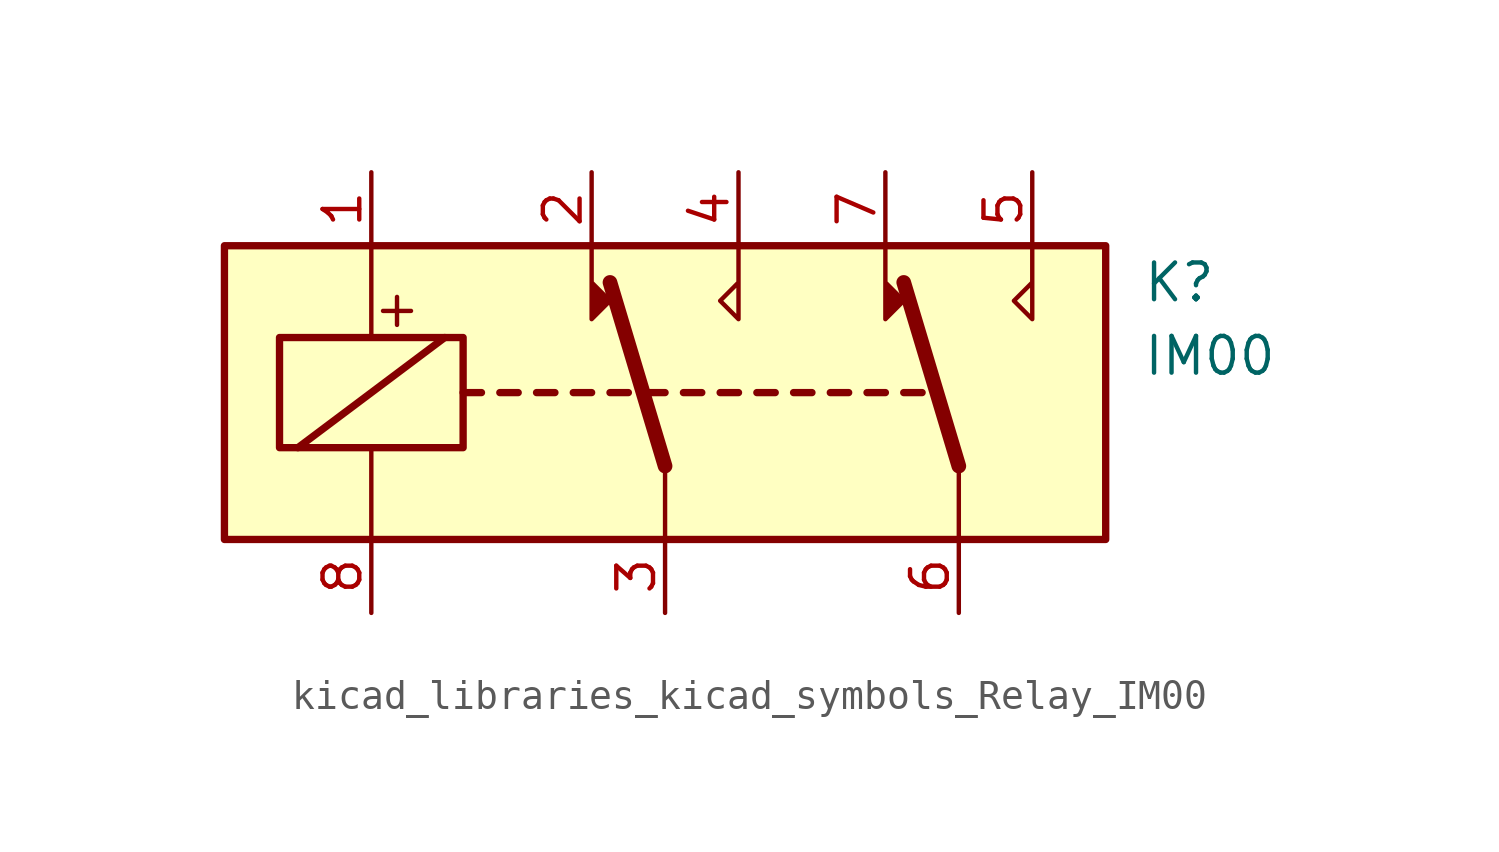
<source format=kicad_sym>
(kicad_symbol_lib
  (version 20220914)
  (generator kicad_symbol_editor)
  (symbol "kicad_libraries_kicad_symbols_Relay_IM00"
    (property "Reference" "K"
      (at 16.51 3.81 0)
      (effects (font (size 1.27 1.27)) (justify left)))
    (property "Value" "IM00"
      (at 16.51 1.27 0)
      (effects (font (size 1.27 1.27)) (justify left)))
    (symbol "kicad_libraries_kicad_symbols_Relay_IM00_0_0"
      (text "+" (at -9.271 2.921 0) (effects (font (size 1.27 1.27)))))
    (symbol "kicad_libraries_kicad_symbols_Relay_IM00_0_1"
      (rectangle (start -15.24 5.08) (end 15.24 -5.08) (stroke (width 0.254) (type default)) (fill (type background)))
      (rectangle (start -13.335 1.905) (end -6.985 -1.905) (stroke (width 0.254) (type default)) (fill (type none)))
      (polyline (pts (xy -12.7 -1.905) (xy -7.62 1.905)) (stroke (width 0.254) (type default)) (fill (type none)))
      (polyline (pts (xy -10.16 -5.08) (xy -10.16 -1.905)) (stroke (width 0) (type default)) (fill (type none)))
      (polyline (pts (xy -10.16 5.08) (xy -10.16 1.905)) (stroke (width 0) (type default)) (fill (type none)))
      (polyline (pts (xy -6.985 0) (xy -6.35 0)) (stroke (width 0.254) (type default)) (fill (type none)))
      (polyline (pts (xy -5.715 0) (xy -5.08 0)) (stroke (width 0.254) (type default)) (fill (type none)))
      (polyline (pts (xy -4.445 0) (xy -3.81 0)) (stroke (width 0.254) (type default)) (fill (type none)))
      (polyline (pts (xy -3.175 0) (xy -2.54 0)) (stroke (width 0.254) (type default)) (fill (type none)))
      (polyline (pts (xy -1.905 0) (xy -1.27 0)) (stroke (width 0.254) (type default)) (fill (type none)))
      (polyline (pts (xy -0.635 0) (xy 0 0)) (stroke (width 0.254) (type default)) (fill (type none)))
      (polyline (pts (xy 0 -2.54) (xy -1.905 3.81)) (stroke (width 0.508) (type default)) (fill (type none)))
      (polyline (pts (xy 0 -2.54) (xy 0 -5.08)) (stroke (width 0) (type default)) (fill (type none)))
      (polyline (pts (xy 0.635 0) (xy 1.27 0)) (stroke (width 0.254) (type default)) (fill (type none)))
      (polyline (pts (xy 1.905 0) (xy 2.54 0)) (stroke (width 0.254) (type default)) (fill (type none)))
      (polyline (pts (xy 3.175 0) (xy 3.81 0)) (stroke (width 0.254) (type default)) (fill (type none)))
      (polyline (pts (xy 4.445 0) (xy 5.08 0)) (stroke (width 0.254) (type default)) (fill (type none)))
      (polyline (pts (xy 5.715 0) (xy 6.35 0)) (stroke (width 0.254) (type default)) (fill (type none)))
      (polyline (pts (xy 6.985 0) (xy 7.62 0)) (stroke (width 0.254) (type default)) (fill (type none)))
      (polyline (pts (xy 8.255 0) (xy 8.89 0)) (stroke (width 0.254) (type default)) (fill (type none)))
      (polyline (pts (xy 10.16 -2.54) (xy 8.255 3.81)) (stroke (width 0.508) (type default)) (fill (type none)))
      (polyline (pts (xy 10.16 -2.54) (xy 10.16 -5.08)) (stroke (width 0) (type default)) (fill (type none)))
      (polyline (pts (xy -2.54 5.08) (xy -2.54 2.54) (xy -1.905 3.175) (xy -2.54 3.81)) (stroke (width 0) (type default)) (fill (type outline)))
      (polyline (pts (xy 2.54 5.08) (xy 2.54 2.54) (xy 1.905 3.175) (xy 2.54 3.81)) (stroke (width 0) (type default)) (fill (type none)))
      (polyline (pts (xy 7.62 5.08) (xy 7.62 2.54) (xy 8.255 3.175) (xy 7.62 3.81)) (stroke (width 0) (type default)) (fill (type outline)))
      (polyline (pts (xy 12.7 5.08) (xy 12.7 2.54) (xy 12.065 3.175) (xy 12.7 3.81)) (stroke (width 0) (type default)) (fill (type none))))
    (symbol "kicad_libraries_kicad_symbols_Relay_IM00_1_1"
      (pin passive line (at -10.16 7.62 270) (length 2.54) (name "~" (effects (font (size 1.27 1.27)))) (number "1" (effects (font (size 1.27 1.27)))))
      (pin passive line (at -2.54 7.62 270) (length 2.54) (name "~" (effects (font (size 1.27 1.27)))) (number "2" (effects (font (size 1.27 1.27)))))
      (pin passive line (at 0 -7.62 90) (length 2.54) (name "~" (effects (font (size 1.27 1.27)))) (number "3" (effects (font (size 1.27 1.27)))))
      (pin passive line (at 2.54 7.62 270) (length 2.54) (name "~" (effects (font (size 1.27 1.27)))) (number "4" (effects (font (size 1.27 1.27)))))
      (pin passive line (at 12.7 7.62 270) (length 2.54) (name "~" (effects (font (size 1.27 1.27)))) (number "5" (effects (font (size 1.27 1.27)))))
      (pin passive line (at 10.16 -7.62 90) (length 2.54) (name "~" (effects (font (size 1.27 1.27)))) (number "6" (effects (font (size 1.27 1.27)))))
      (pin passive line (at 7.62 7.62 270) (length 2.54) (name "~" (effects (font (size 1.27 1.27)))) (number "7" (effects (font (size 1.27 1.27)))))
      (pin passive line (at -10.16 -7.62 90) (length 2.54) (name "~" (effects (font (size 1.27 1.27)))) (number "8" (effects (font (size 1.27 1.27))))))))
</source>
